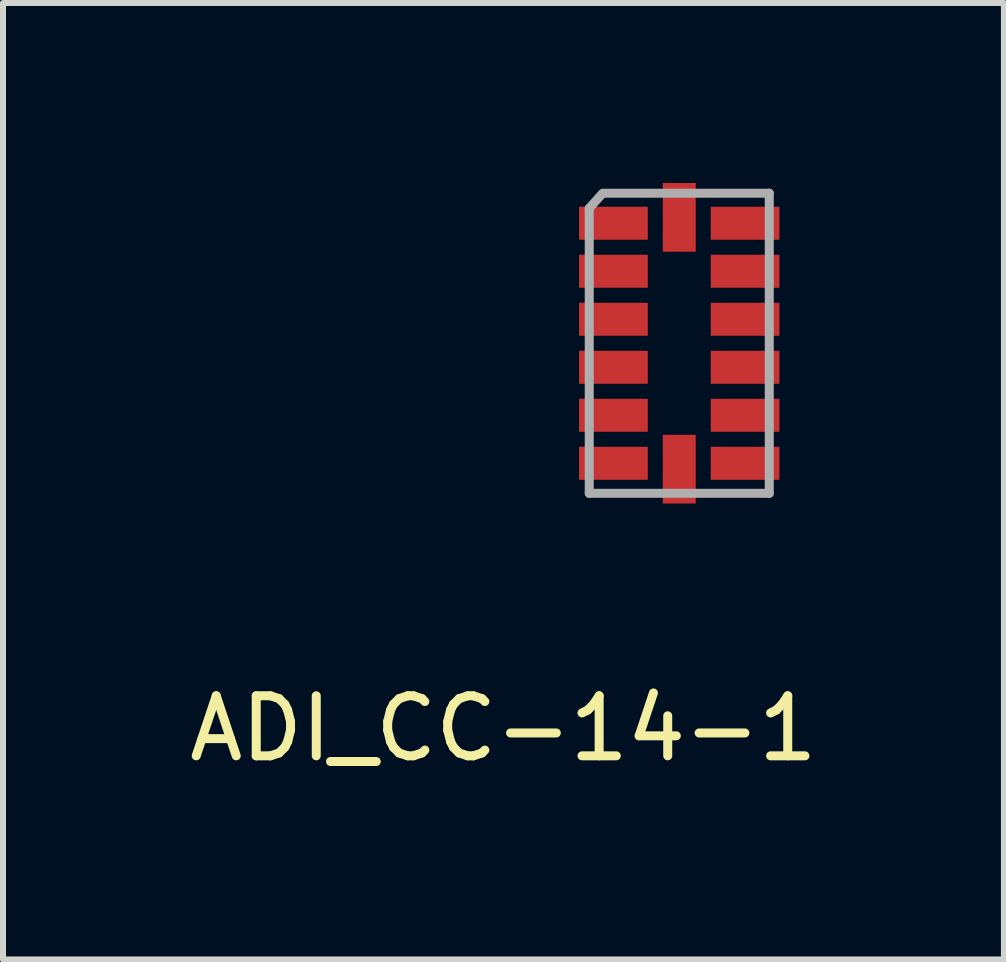
<source format=kicad_pcb>
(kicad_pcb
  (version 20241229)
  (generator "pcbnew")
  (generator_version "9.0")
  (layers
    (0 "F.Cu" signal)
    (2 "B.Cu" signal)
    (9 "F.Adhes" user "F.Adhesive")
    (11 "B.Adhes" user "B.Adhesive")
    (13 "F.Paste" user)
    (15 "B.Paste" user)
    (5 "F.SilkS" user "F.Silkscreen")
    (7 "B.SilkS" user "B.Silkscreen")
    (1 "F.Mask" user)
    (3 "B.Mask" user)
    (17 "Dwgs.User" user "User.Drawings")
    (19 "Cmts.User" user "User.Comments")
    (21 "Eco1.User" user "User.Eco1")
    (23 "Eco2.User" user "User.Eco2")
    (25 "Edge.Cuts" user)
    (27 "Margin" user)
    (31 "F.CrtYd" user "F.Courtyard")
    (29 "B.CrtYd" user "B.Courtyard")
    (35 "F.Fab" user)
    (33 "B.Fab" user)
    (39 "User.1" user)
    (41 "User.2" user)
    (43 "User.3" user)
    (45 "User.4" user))
  (footprint "ADI_CC-14-1"
    (layer "F.Cu")
    (at 8.269 2.67)
    (property "Reference" "ADI_CC-14-1" (at -2.93 6.42 0) (layer "F.SilkS") (effects (font (size 1 1) (thickness 0.15))))
    (attr through_hole)
    (fp_line (start -1.5 -2.25) (end -1.5 2.5) (stroke (width 0.15) (type solid)) (layer "F.Fab"))
    (fp_line (start -1.5 2.5) (end 1.5 2.5) (stroke (width 0.15) (type solid)) (layer "F.Fab"))
    (fp_line (start -1.275 -2.5) (end -1.5 -2.25) (stroke (width 0.15) (type solid)) (layer "F.Fab"))
    (fp_line (start -1.25 -2.5) (end 1.5 -2.5) (stroke (width 0.15) (type solid)) (layer "F.Fab"))
    (fp_line (start 1.5 2.5) (end 1.5 -2.5) (stroke (width 0.15) (type solid)) (layer "F.Fab"))
    (pad "1" smd rect (at -1.097 -2) (size 1.145 0.55) (layers "F.Cu" "F.Mask" "F.Paste"))
    (pad "2" smd rect (at -1.097 -1.2) (size 1.145 0.55) (layers "F.Cu" "F.Mask" "F.Paste"))
    (pad "3" smd rect (at -1.097 -0.4) (size 1.145 0.55) (layers "F.Cu" "F.Mask" "F.Paste"))
    (pad "4" smd rect (at -1.097 0.4) (size 1.145 0.55) (layers "F.Cu" "F.Mask" "F.Paste"))
    (pad "5" smd rect (at -1.097 1.2) (size 1.145 0.55) (layers "F.Cu" "F.Mask" "F.Paste"))
    (pad "6" smd rect (at -1.097 2) (size 1.145 0.55) (layers "F.Cu" "F.Mask" "F.Paste"))
    (pad "7" smd rect (at 0 2.098) (size 0.55 1.145) (layers "F.Cu" "F.Mask" "F.Paste"))
    (pad "8" smd rect (at 1.097 2) (size 1.145 0.55) (layers "F.Cu" "F.Mask" "F.Paste"))
    (pad "9" smd rect (at 1.097 1.2) (size 1.145 0.55) (layers "F.Cu" "F.Mask" "F.Paste"))
    (pad "10" smd rect (at 1.097 0.4) (size 1.145 0.55) (layers "F.Cu" "F.Mask" "F.Paste"))
    (pad "11" smd rect (at 1.097 -0.4) (size 1.145 0.55) (layers "F.Cu" "F.Mask" "F.Paste"))
    (pad "12" smd rect (at 1.097 -1.2) (size 1.145 0.55) (layers "F.Cu" "F.Mask" "F.Paste"))
    (pad "13" smd rect (at 1.097 -2) (size 1.145 0.55) (layers "F.Cu" "F.Mask" "F.Paste"))
    (pad "14" smd rect (at 0 -2.098) (size 0.55 1.145) (layers "F.Cu" "F.Mask" "F.Paste")))
  (gr_rect
    (start -3 -3)
    (end 13.679 12.938)
    (stroke (width 0.1) (type default))
    (fill no)
    (layer "Edge.Cuts")))
</source>
